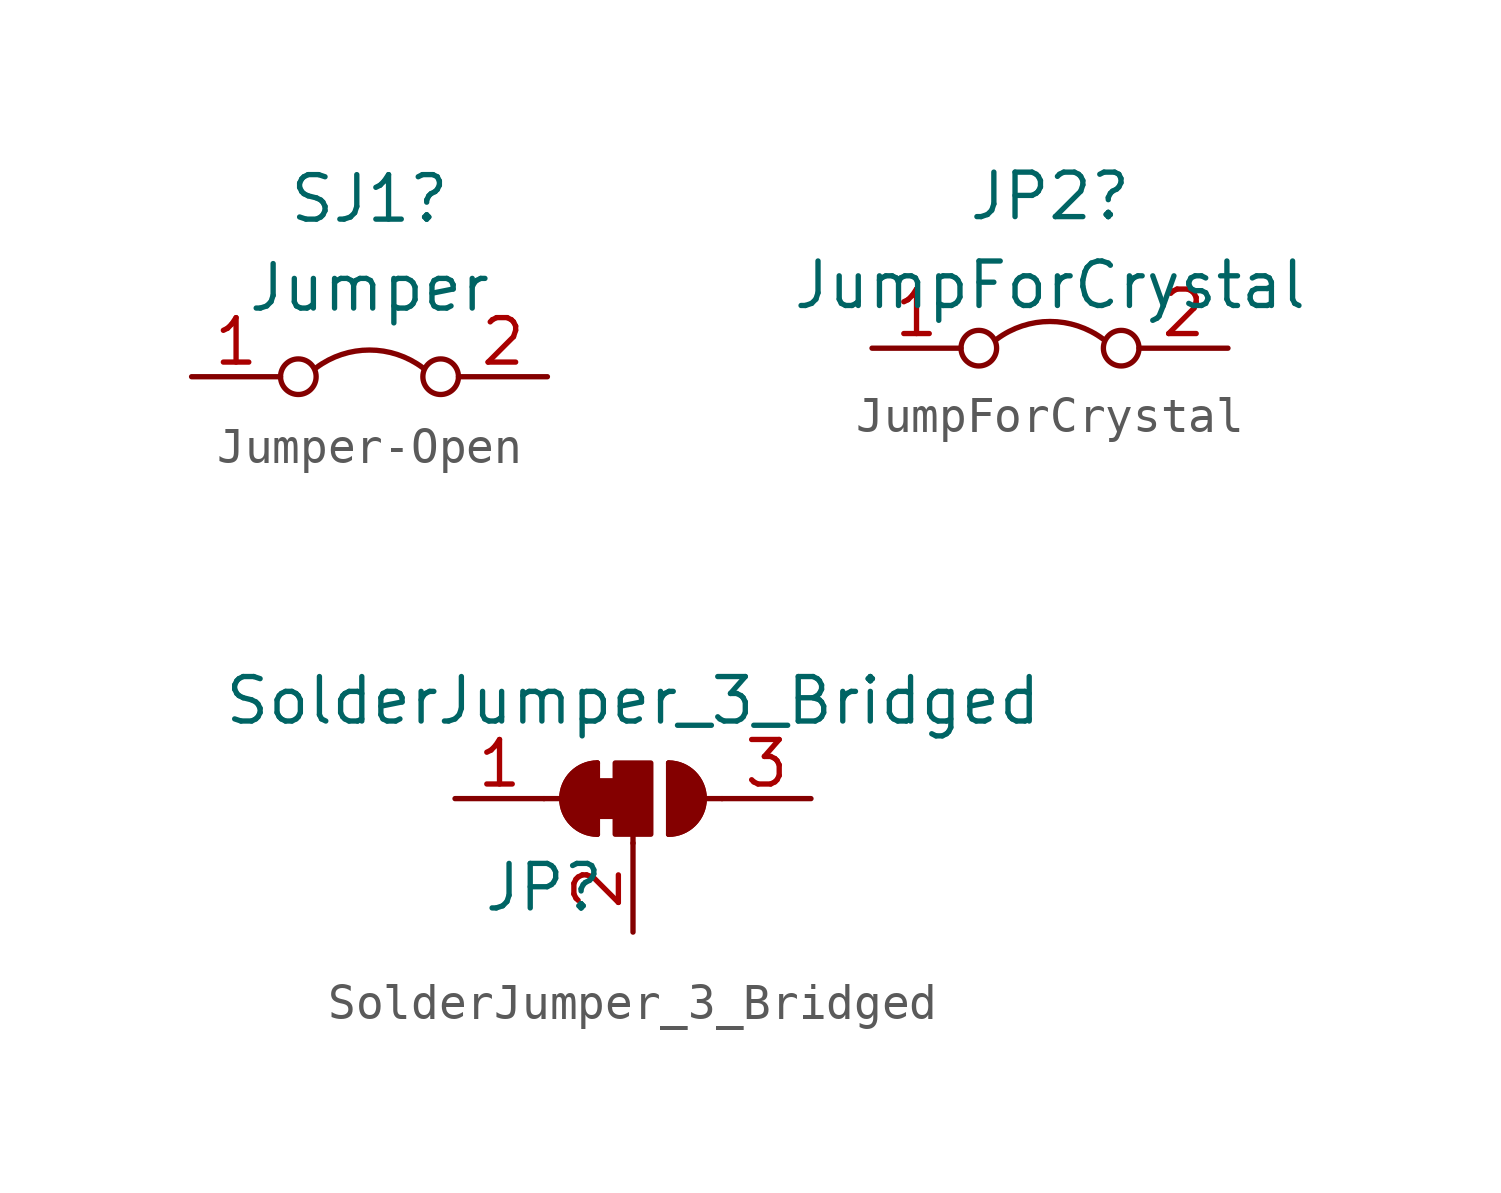
<source format=kicad_sym>
(kicad_symbol_lib
  (version 20241209)
  (generator "kicad_symbol_editor")
  (generator_version "9.0")
  (symbol "Jumper-Open"
    (pin_names
      (offset 0)
      (hide yes))
    (property "Reference" "SJ1"
      (at 0 5.08 0)
      (effects (font (size 1.27 1.27))))
    (property "Value" "Jumper"
      (at 0 2.54 0)
      (effects (font (size 1.27 1.27))))
    (symbol "Jumper-Open_0_0"
      (circle (center -2.032 0) (radius 0.508) (stroke (width 0) (type default)) (fill (type none)))
      (circle (center 2.032 0) (radius 0.508) (stroke (width 0) (type default)) (fill (type none))))
    (symbol "Jumper-Open_0_1"
      (arc (start -1.524 0.254) (mid 0 0.762) (end 1.524 0.254) (stroke (width 0) (type default)) (fill (type none))))
    (symbol "Jumper-Open_1_1"
      (pin passive line (at -5.08 0 0) (length 2.54) (name "A" (effects (font (size 1.27 1.27)))) (number "1" (effects (font (size 1.27 1.27)))))
      (pin passive line (at 5.08 0 180) (length 2.54) (name "B" (effects (font (size 1.27 1.27)))) (number "2" (effects (font (size 1.27 1.27)))))))
  (symbol "JumpForCrystal"
    (pin_names
      (offset 0)
      (hide yes))
    (property "Reference" "JP2"
      (at 0 4.335 0)
      (effects (font (size 1.27 1.27))))
    (property "Value" "JumpForCrystal"
      (at 0 1.798 0)
      (effects (font (size 1.27 1.27))))
    (symbol "JumpForCrystal_0_0"
      (circle (center -2.032 0) (radius 0.508) (stroke (width 0) (type default)) (fill (type none)))
      (circle (center 2.032 0) (radius 0.508) (stroke (width 0) (type default)) (fill (type none))))
    (symbol "JumpForCrystal_0_1"
      (arc (start -1.524 0.254) (mid 0 0.762) (end 1.524 0.254) (stroke (width 0) (type default)) (fill (type none))))
    (symbol "JumpForCrystal_1_1"
      (pin passive line (at -5.08 0 0) (length 2.54) (name "A" (effects (font (size 1.27 1.27)))) (number "1" (effects (font (size 1.27 1.27)))))
      (pin passive line (at 5.08 0 180) (length 2.54) (name "B" (effects (font (size 1.27 1.27)))) (number "2" (effects (font (size 1.27 1.27)))))))
  (symbol "SolderJumper_3_Bridged"
    (pin_names
      (offset 0)
      (hide yes))
    (property "Reference" "JP"
      (at -2.54 -2.54 0)
      (effects (font (size 1.27 1.27))))
    (property "Value" "SolderJumper_3_Bridged"
      (at 0 2.794 0)
      (effects (font (size 1.27 1.27))))
    (symbol "SolderJumper_3_Bridged_0_1"
      (polyline (pts (xy -2.54 0) (xy -2.032 0)) (stroke (width 0) (type default)) (fill (type none)))
      (polyline (pts (xy -1.016 1.016) (xy -1.016 -1.016)) (stroke (width 0) (type default)) (fill (type none)))
      (rectangle (start -1.016 0.508) (end -0.508 -0.508) (stroke (width 0) (type default)) (fill (type outline)))
      (arc (start -1.016 -1.016) (mid -2.0276 0) (end -1.016 1.016) (stroke (width 0) (type default)) (fill (type none)))
      (arc (start -1.016 -1.016) (mid -2.0276 0) (end -1.016 1.016) (stroke (width 0) (type default)) (fill (type outline)))
      (rectangle (start -0.508 1.016) (end 0.508 -1.016) (stroke (width 0) (type default)) (fill (type outline)))
      (polyline (pts (xy 0 -1.27) (xy 0 -1.016)) (stroke (width 0) (type default)) (fill (type none)))
      (arc (start 1.016 1.016) (mid 2.0276 0) (end 1.016 -1.016) (stroke (width 0) (type default)) (fill (type none)))
      (arc (start 1.016 1.016) (mid 2.0276 0) (end 1.016 -1.016) (stroke (width 0) (type default)) (fill (type outline)))
      (polyline (pts (xy 1.016 1.016) (xy 1.016 -1.016)) (stroke (width 0) (type default)) (fill (type none)))
      (polyline (pts (xy 2.54 0) (xy 2.032 0)) (stroke (width 0) (type default)) (fill (type none))))
    (symbol "SolderJumper_3_Bridged_1_1"
      (pin passive line (at -5.08 0 0) (length 2.54) (name "A" (effects (font (size 1.27 1.27)))) (number "1" (effects (font (size 1.27 1.27)))))
      (pin passive line (at 0 -3.81 90) (length 2.54) (name "C" (effects (font (size 1.27 1.27)))) (number "2" (effects (font (size 1.27 1.27)))))
      (pin passive line (at 5.08 0 180) (length 2.54) (name "B" (effects (font (size 1.27 1.27)))) (number "3" (effects (font (size 1.27 1.27))))))))
</source>
